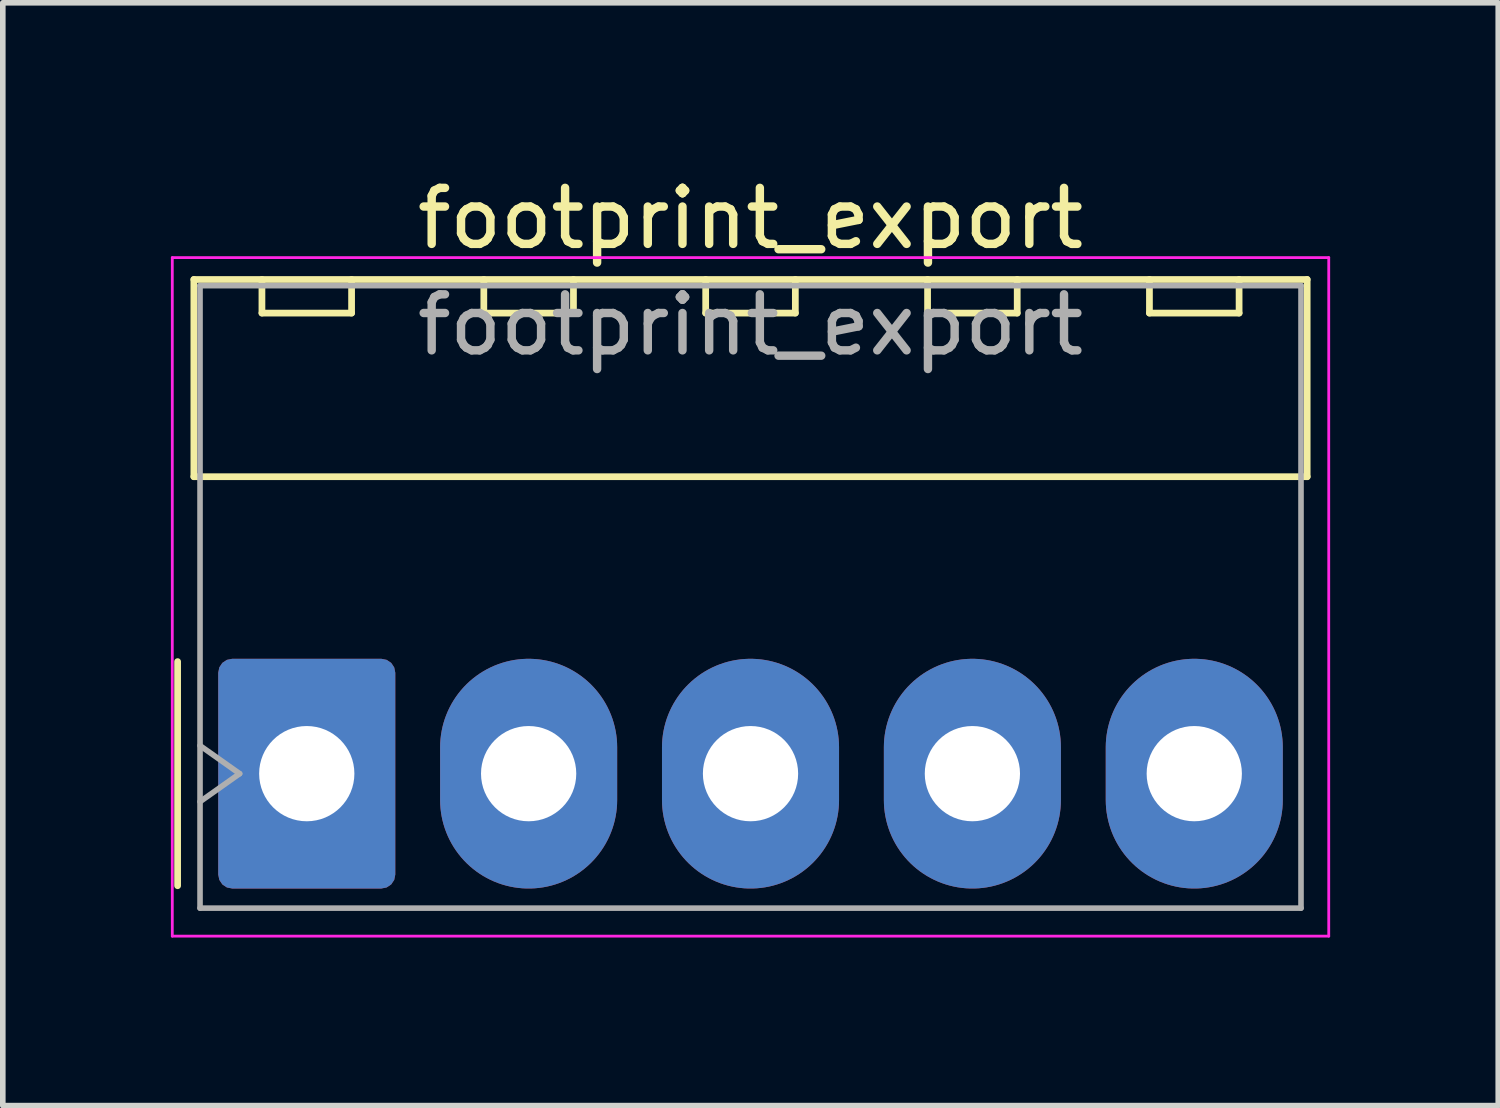
<source format=kicad_pcb>
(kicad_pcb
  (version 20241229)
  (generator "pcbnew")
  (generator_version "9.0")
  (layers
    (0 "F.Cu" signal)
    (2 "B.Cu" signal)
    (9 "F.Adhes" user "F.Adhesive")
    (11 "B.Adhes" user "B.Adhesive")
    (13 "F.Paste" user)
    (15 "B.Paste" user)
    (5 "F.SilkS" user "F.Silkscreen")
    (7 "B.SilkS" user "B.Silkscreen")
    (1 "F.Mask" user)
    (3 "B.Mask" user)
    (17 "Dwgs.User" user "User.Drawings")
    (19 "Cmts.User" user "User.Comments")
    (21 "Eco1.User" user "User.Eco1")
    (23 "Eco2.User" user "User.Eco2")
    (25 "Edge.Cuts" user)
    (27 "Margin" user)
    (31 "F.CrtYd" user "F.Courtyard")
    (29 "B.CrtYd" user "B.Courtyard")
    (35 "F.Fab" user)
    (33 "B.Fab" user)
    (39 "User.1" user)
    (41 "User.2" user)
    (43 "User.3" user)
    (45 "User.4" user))
  (footprint "footprint_export"
    (layer "F.Cu")
    (at 2.425 10.758)
    (property "Reference" "footprint_export" (at 7.92 -9.91 0) (layer "F.SilkS") (effects (font (size 1 1) (thickness 0.15))))
    (attr through_hole)
    (fp_line (start -2.305 -2) (end -2.305 2) (stroke (width 0.12) (type solid)) (layer "F.SilkS"))
    (fp_line (start -2.015 -8.82) (end 17.855 -8.82) (stroke (width 0.12) (type solid)) (layer "F.SilkS"))
    (fp_line (start -2.015 -5.3) (end -2.015 -8.82) (stroke (width 0.12) (type solid)) (layer "F.SilkS"))
    (fp_line (start -0.8 -8.82) (end -0.8 -8.22) (stroke (width 0.12) (type solid)) (layer "F.SilkS"))
    (fp_line (start -0.8 -8.22) (end 0.8 -8.22) (stroke (width 0.12) (type solid)) (layer "F.SilkS"))
    (fp_line (start 0.8 -8.22) (end 0.8 -8.82) (stroke (width 0.12) (type solid)) (layer "F.SilkS"))
    (fp_line (start 3.16 -8.82) (end 3.16 -8.22) (stroke (width 0.12) (type solid)) (layer "F.SilkS"))
    (fp_line (start 3.16 -8.22) (end 4.76 -8.22) (stroke (width 0.12) (type solid)) (layer "F.SilkS"))
    (fp_line (start 4.76 -8.22) (end 4.76 -8.82) (stroke (width 0.12) (type solid)) (layer "F.SilkS"))
    (fp_line (start 7.12 -8.82) (end 7.12 -8.22) (stroke (width 0.12) (type solid)) (layer "F.SilkS"))
    (fp_line (start 7.12 -8.22) (end 8.72 -8.22) (stroke (width 0.12) (type solid)) (layer "F.SilkS"))
    (fp_line (start 8.72 -8.22) (end 8.72 -8.82) (stroke (width 0.12) (type solid)) (layer "F.SilkS"))
    (fp_line (start 11.08 -8.82) (end 11.08 -8.22) (stroke (width 0.12) (type solid)) (layer "F.SilkS"))
    (fp_line (start 11.08 -8.22) (end 12.68 -8.22) (stroke (width 0.12) (type solid)) (layer "F.SilkS"))
    (fp_line (start 12.68 -8.22) (end 12.68 -8.82) (stroke (width 0.12) (type solid)) (layer "F.SilkS"))
    (fp_line (start 15.04 -8.82) (end 15.04 -8.22) (stroke (width 0.12) (type solid)) (layer "F.SilkS"))
    (fp_line (start 15.04 -8.22) (end 16.64 -8.22) (stroke (width 0.12) (type solid)) (layer "F.SilkS"))
    (fp_line (start 16.64 -8.22) (end 16.64 -8.82) (stroke (width 0.12) (type solid)) (layer "F.SilkS"))
    (fp_line (start 17.855 -8.82) (end 17.855 -5.3) (stroke (width 0.12) (type solid)) (layer "F.SilkS"))
    (fp_line (start 17.855 -5.3) (end -2.015 -5.3) (stroke (width 0.12) (type solid)) (layer "F.SilkS"))
    (fp_line (start -2.4 -9.21) (end -2.4 2.9) (stroke (width 0.05) (type solid)) (layer "F.CrtYd"))
    (fp_line (start -2.4 2.9) (end 18.24 2.9) (stroke (width 0.05) (type solid)) (layer "F.CrtYd"))
    (fp_line (start 18.24 -9.21) (end -2.4 -9.21) (stroke (width 0.05) (type solid)) (layer "F.CrtYd"))
    (fp_line (start 18.24 2.9) (end 18.24 -9.21) (stroke (width 0.05) (type solid)) (layer "F.CrtYd"))
    (fp_line (start -1.905 -8.71) (end 17.745 -8.71) (stroke (width 0.1) (type solid)) (layer "F.Fab"))
    (fp_line (start -1.905 -0.5) (end -1.198 0) (stroke (width 0.1) (type solid)) (layer "F.Fab"))
    (fp_line (start -1.905 2.4) (end -1.905 -8.71) (stroke (width 0.1) (type solid)) (layer "F.Fab"))
    (fp_line (start -1.198 0) (end -1.905 0.5) (stroke (width 0.1) (type solid)) (layer "F.Fab"))
    (fp_line (start 17.745 -8.71) (end 17.745 2.4) (stroke (width 0.1) (type solid)) (layer "F.Fab"))
    (fp_line (start 17.745 2.4) (end -1.905 2.4) (stroke (width 0.1) (type solid)) (layer "F.Fab"))
    (fp_text user "${REFERENCE}" (at 7.92 -8.01 0) (layer "F.Fab") (effects (font (size 1 1) (thickness 0.15))))
    (pad "1" thru_hole roundrect (at 0 0) (size 3.16 4.1) (drill 1.7) (layers "*.Cu" "*.Mask") (roundrect_rratio 0.079))
    (pad "2" thru_hole oval (at 3.96 0) (size 3.16 4.1) (drill 1.7) (layers "*.Cu" "*.Mask"))
    (pad "3" thru_hole oval (at 7.92 0) (size 3.16 4.1) (drill 1.7) (layers "*.Cu" "*.Mask"))
    (pad "4" thru_hole oval (at 11.88 0) (size 3.16 4.1) (drill 1.7) (layers "*.Cu" "*.Mask"))
    (pad "5" thru_hole oval (at 15.84 0) (size 3.16 4.1) (drill 1.7) (layers "*.Cu" "*.Mask")))
  (gr_rect
    (start -3 -3)
    (end 23.69 16.683)
    (stroke (width 0.1) (type default))
    (fill no)
    (layer "Edge.Cuts")))
</source>
